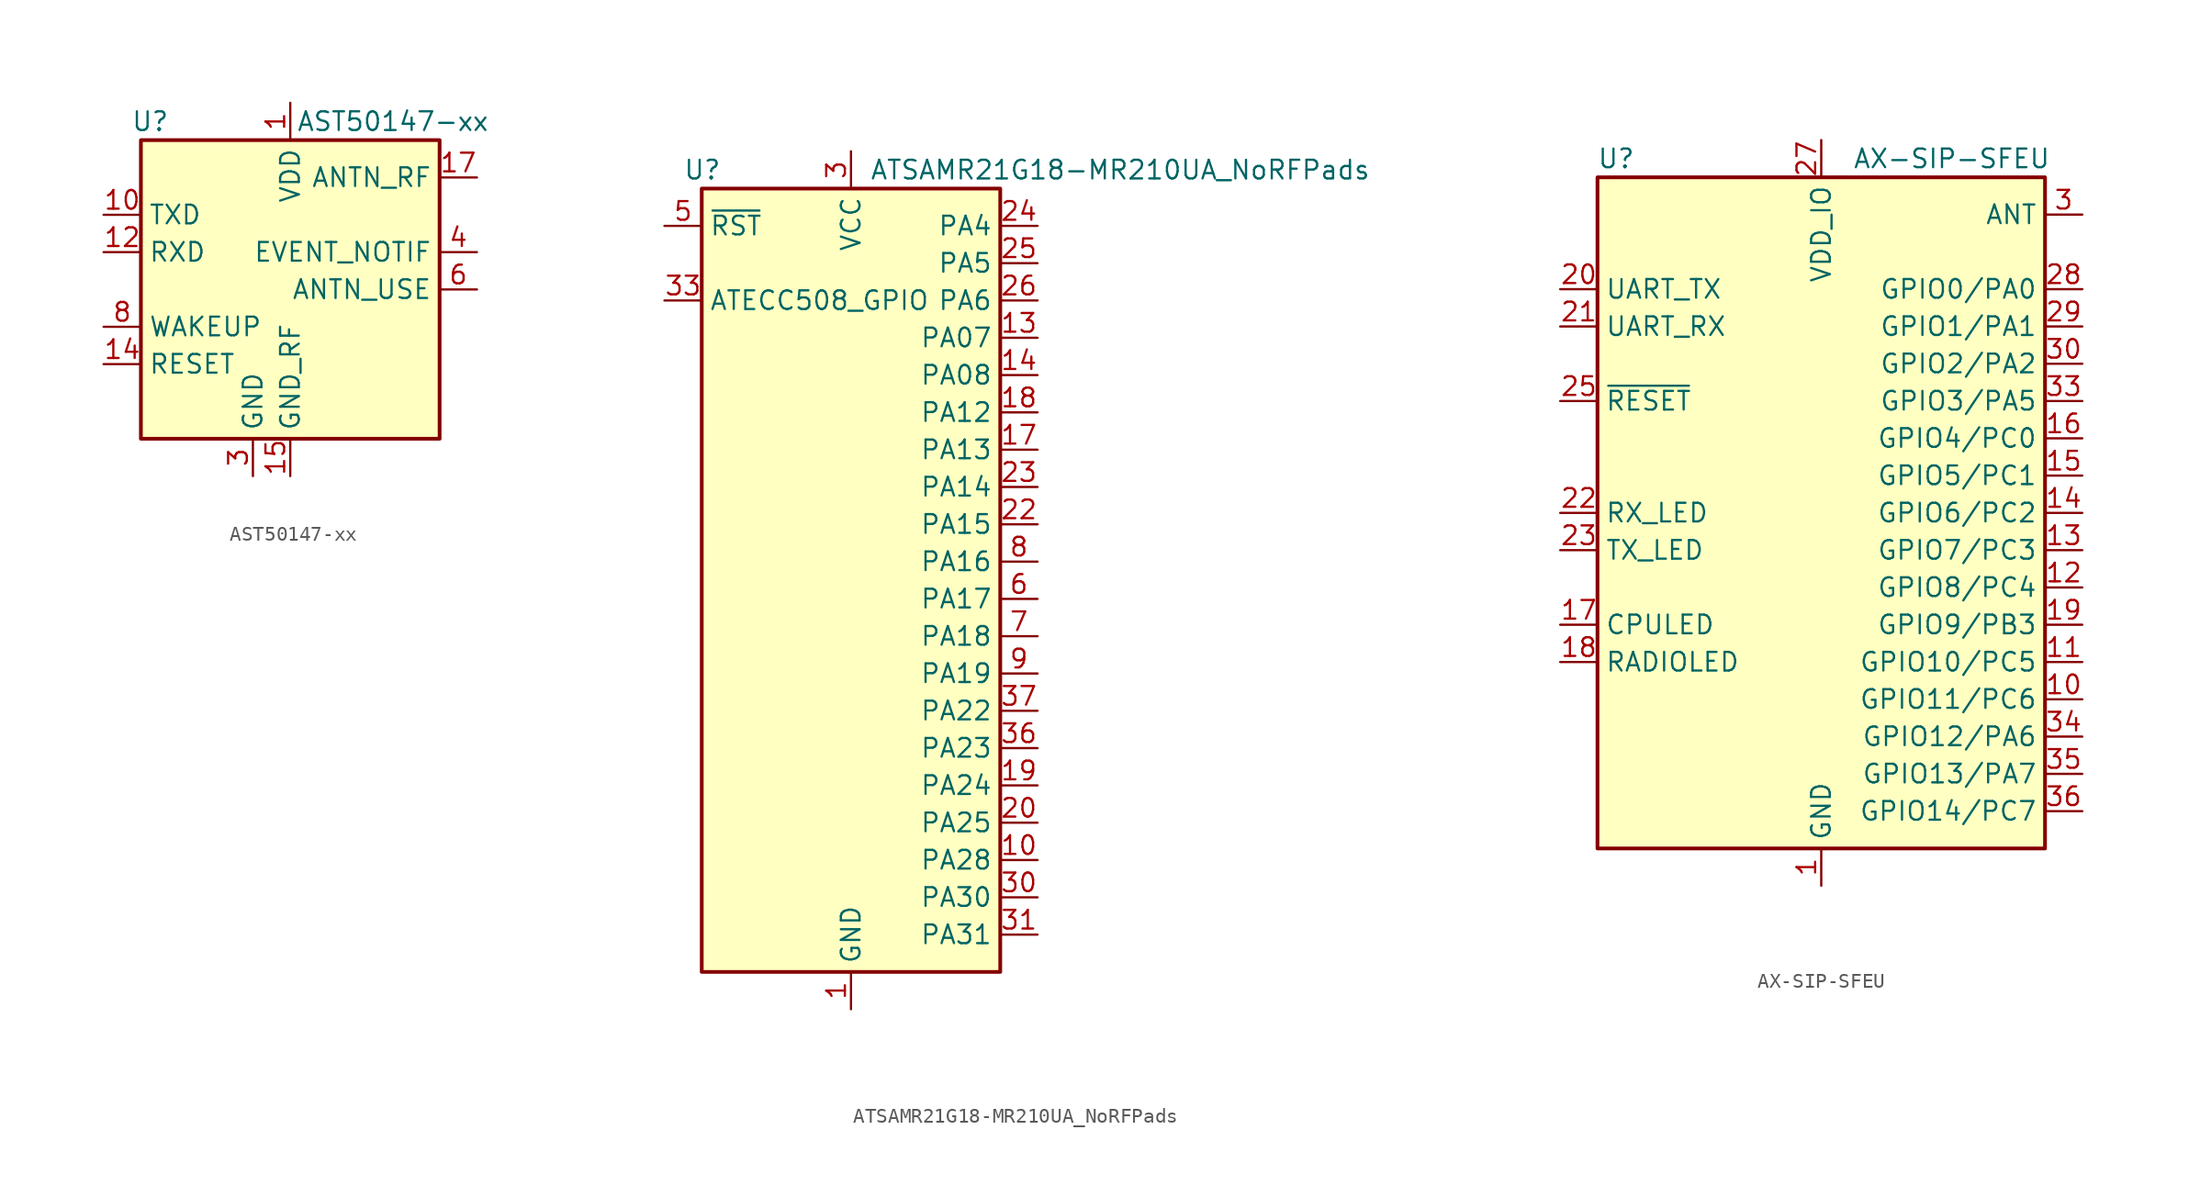
<source format=kicad_sym>
(kicad_symbol_lib
  (version 20231120)
  (generator "kicad_symbol_editor")
  (generator_version "8.0")
  (symbol "AST50147-xx"
    (property "Reference" "U"
      (at -9.525 11.43 0)
      (effects (font (size 1.27 1.27))))
    (property "Value" "AST50147-xx"
      (at 6.985 11.43 0)
      (effects (font (size 1.27 1.27))))
    (symbol "AST50147-xx_0_1"
      (rectangle (start -10.16 10.16) (end 10.16 -10.16) (stroke (width 0.254) (type default)) (fill (type background))))
    (symbol "AST50147-xx_1_1"
      (pin power_in line (at 0 12.7 270) (length 2.54) (name "VDD" (effects (font (size 1.27 1.27)))) (number "1" (effects (font (size 1.27 1.27)))))
      (pin output line (at -12.7 5.08 0) (length 2.54) (name "TXD" (effects (font (size 1.27 1.27)))) (number "10" (effects (font (size 1.27 1.27)))))
      (pin passive line (at -2.54 -12.7 90) (length 2.54) hide (name "GND" (effects (font (size 1.27 1.27)))) (number "11" (effects (font (size 1.27 1.27)))))
      (pin input line (at -12.7 2.54 0) (length 2.54) (name "RXD" (effects (font (size 1.27 1.27)))) (number "12" (effects (font (size 1.27 1.27)))))
      (pin passive line (at -2.54 -12.7 90) (length 2.54) hide (name "GND" (effects (font (size 1.27 1.27)))) (number "13" (effects (font (size 1.27 1.27)))))
      (pin input line (at -12.7 -5.08 0) (length 2.54) (name "RESET" (effects (font (size 1.27 1.27)))) (number "14" (effects (font (size 1.27 1.27)))))
      (pin power_in line (at 0 -12.7 90) (length 2.54) (name "GND_RF" (effects (font (size 1.27 1.27)))) (number "15" (effects (font (size 1.27 1.27)))))
      (pin passive line (at 0 -12.7 90) (length 2.54) hide (name "GND_RF" (effects (font (size 1.27 1.27)))) (number "16" (effects (font (size 1.27 1.27)))))
      (pin passive line (at 12.7 7.62 180) (length 2.54) (name "ANTN_RF" (effects (font (size 1.27 1.27)))) (number "17" (effects (font (size 1.27 1.27)))))
      (pin passive line (at 0 -12.7 90) (length 2.54) hide (name "GND_RF" (effects (font (size 1.27 1.27)))) (number "18" (effects (font (size 1.27 1.27)))))
      (pin passive line (at 0 -12.7 90) (length 2.54) hide (name "GND_RF" (effects (font (size 1.27 1.27)))) (number "19" (effects (font (size 1.27 1.27)))))
      (pin passive line (at 0 12.7 270) (length 2.54) hide (name "VDD" (effects (font (size 1.27 1.27)))) (number "2" (effects (font (size 1.27 1.27)))))
      (pin no_connect line (at -7.62 10.16 270) (length 2.54) hide (name "RSVD" (effects (font (size 1.27 1.27)))) (number "20" (effects (font (size 1.27 1.27)))))
      (pin no_connect line (at -5.08 10.16 270) (length 2.54) hide (name "RSVD" (effects (font (size 1.27 1.27)))) (number "21" (effects (font (size 1.27 1.27)))))
      (pin no_connect line (at -2.54 10.16 270) (length 2.54) hide (name "RSVD" (effects (font (size 1.27 1.27)))) (number "22" (effects (font (size 1.27 1.27)))))
      (pin passive line (at -2.54 -12.7 90) (length 2.54) hide (name "GND" (effects (font (size 1.27 1.27)))) (number "23" (effects (font (size 1.27 1.27)))))
      (pin no_connect line (at -10.16 0 0) (length 2.54) hide (name "N.C." (effects (font (size 1.27 1.27)))) (number "24" (effects (font (size 1.27 1.27)))))
      (pin passive line (at -2.54 -12.7 90) (length 2.54) hide (name "GND" (effects (font (size 1.27 1.27)))) (number "25" (effects (font (size 1.27 1.27)))))
      (pin no_connect line (at 2.54 -10.16 90) (length 2.54) hide (name "N.C." (effects (font (size 1.27 1.27)))) (number "26" (effects (font (size 1.27 1.27)))))
      (pin passive line (at -2.54 -12.7 90) (length 2.54) hide (name "GND" (effects (font (size 1.27 1.27)))) (number "27" (effects (font (size 1.27 1.27)))))
      (pin no_connect line (at 5.08 -10.16 90) (length 2.54) hide (name "N.C." (effects (font (size 1.27 1.27)))) (number "28" (effects (font (size 1.27 1.27)))))
      (pin passive line (at -2.54 -12.7 90) (length 2.54) hide (name "GND" (effects (font (size 1.27 1.27)))) (number "29" (effects (font (size 1.27 1.27)))))
      (pin power_in line (at -2.54 -12.7 90) (length 2.54) (name "GND" (effects (font (size 1.27 1.27)))) (number "3" (effects (font (size 1.27 1.27)))))
      (pin no_connect line (at 7.62 -10.16 90) (length 2.54) hide (name "N.C." (effects (font (size 1.27 1.27)))) (number "30" (effects (font (size 1.27 1.27)))))
      (pin passive line (at -2.54 -12.7 90) (length 2.54) hide (name "GND" (effects (font (size 1.27 1.27)))) (number "31" (effects (font (size 1.27 1.27)))))
      (pin no_connect line (at 7.62 10.16 270) (length 2.54) hide (name "N.C." (effects (font (size 1.27 1.27)))) (number "32" (effects (font (size 1.27 1.27)))))
      (pin passive line (at -2.54 -12.7 90) (length 2.54) hide (name "GND" (effects (font (size 1.27 1.27)))) (number "33" (effects (font (size 1.27 1.27)))))
      (pin no_connect line (at -10.16 -7.62 0) (length 2.54) hide (name "N.C." (effects (font (size 1.27 1.27)))) (number "34" (effects (font (size 1.27 1.27)))))
      (pin no_connect line (at 10.16 -2.54 180) (length 2.54) hide (name "N.C." (effects (font (size 1.27 1.27)))) (number "35" (effects (font (size 1.27 1.27)))))
      (pin passive line (at -2.54 -12.7 90) (length 2.54) hide (name "GND" (effects (font (size 1.27 1.27)))) (number "36" (effects (font (size 1.27 1.27)))))
      (pin no_connect line (at 2.54 10.16 270) (length 2.54) hide (name "RSVD" (effects (font (size 1.27 1.27)))) (number "37" (effects (font (size 1.27 1.27)))))
      (pin no_connect line (at 5.08 10.16 270) (length 2.54) hide (name "RSVD" (effects (font (size 1.27 1.27)))) (number "38" (effects (font (size 1.27 1.27)))))
      (pin output line (at 12.7 2.54 180) (length 2.54) (name "EVENT_NOTIF" (effects (font (size 1.27 1.27)))) (number "4" (effects (font (size 1.27 1.27)))))
      (pin passive line (at -2.54 -12.7 90) (length 2.54) hide (name "GND" (effects (font (size 1.27 1.27)))) (number "5" (effects (font (size 1.27 1.27)))))
      (pin output line (at 12.7 0 180) (length 2.54) (name "ANTN_USE" (effects (font (size 1.27 1.27)))) (number "6" (effects (font (size 1.27 1.27)))))
      (pin passive line (at -2.54 -12.7 90) (length 2.54) hide (name "GND" (effects (font (size 1.27 1.27)))) (number "7" (effects (font (size 1.27 1.27)))))
      (pin input line (at -12.7 -2.54 0) (length 2.54) (name "WAKEUP" (effects (font (size 1.27 1.27)))) (number "8" (effects (font (size 1.27 1.27)))))
      (pin passive line (at -2.54 -12.7 90) (length 2.54) hide (name "GND" (effects (font (size 1.27 1.27)))) (number "9" (effects (font (size 1.27 1.27)))))))
  (symbol "ATSAMR21G18-MR210UA_NoRFPads"
    (property "Reference" "U"
      (at -11.43 29.21 0)
      (effects (font (size 1.27 1.27)) (justify left)))
    (property "Value" "ATSAMR21G18-MR210UA_NoRFPads"
      (at 1.27 29.21 0)
      (effects (font (size 1.27 1.27)) (justify left)))
    (symbol "ATSAMR21G18-MR210UA_NoRFPads_1_1"
      (rectangle (start -10.16 27.94) (end 10.16 -25.4) (stroke (width 0.254) (type default)) (fill (type background)))
      (pin power_in line (at 0 -27.94 90) (length 2.54) (name "GND" (effects (font (size 1.27 1.27)))) (number "1" (effects (font (size 1.27 1.27)))))
      (pin bidirectional line (at 12.7 -17.78 180) (length 2.54) (name "PA28" (effects (font (size 1.27 1.27)))) (number "10" (effects (font (size 1.27 1.27)))))
      (pin no_connect line (at -10.16 15.24 0) (length 2.54) hide (name "NC" (effects (font (size 1.27 1.27)))) (number "11" (effects (font (size 1.27 1.27)))))
      (pin passive line (at 0 -27.94 90) (length 2.54) hide (name "GND" (effects (font (size 1.27 1.27)))) (number "12" (effects (font (size 1.27 1.27)))))
      (pin bidirectional line (at 12.7 17.78 180) (length 2.54) (name "PA07" (effects (font (size 1.27 1.27)))) (number "13" (effects (font (size 1.27 1.27)))))
      (pin bidirectional line (at 12.7 15.24 180) (length 2.54) (name "PA08" (effects (font (size 1.27 1.27)))) (number "14" (effects (font (size 1.27 1.27)))))
      (pin no_connect line (at -10.16 12.7 0) (length 2.54) hide (name "NC" (effects (font (size 1.27 1.27)))) (number "15" (effects (font (size 1.27 1.27)))))
      (pin no_connect line (at -10.16 10.16 0) (length 2.54) hide (name "NC" (effects (font (size 1.27 1.27)))) (number "16" (effects (font (size 1.27 1.27)))))
      (pin bidirectional line (at 12.7 10.16 180) (length 2.54) (name "PA13" (effects (font (size 1.27 1.27)))) (number "17" (effects (font (size 1.27 1.27)))))
      (pin bidirectional line (at 12.7 12.7 180) (length 2.54) (name "PA12" (effects (font (size 1.27 1.27)))) (number "18" (effects (font (size 1.27 1.27)))))
      (pin bidirectional line (at 12.7 -12.7 180) (length 2.54) (name "PA24" (effects (font (size 1.27 1.27)))) (number "19" (effects (font (size 1.27 1.27)))))
      (pin passive line (at 0 -27.94 90) (length 2.54) hide (name "GND" (effects (font (size 1.27 1.27)))) (number "2" (effects (font (size 1.27 1.27)))))
      (pin bidirectional line (at 12.7 -15.24 180) (length 2.54) (name "PA25" (effects (font (size 1.27 1.27)))) (number "20" (effects (font (size 1.27 1.27)))))
      (pin no_connect line (at -10.16 7.62 0) (length 2.54) hide (name "NC" (effects (font (size 1.27 1.27)))) (number "21" (effects (font (size 1.27 1.27)))))
      (pin bidirectional line (at 12.7 5.08 180) (length 2.54) (name "PA15" (effects (font (size 1.27 1.27)))) (number "22" (effects (font (size 1.27 1.27)))))
      (pin bidirectional line (at 12.7 7.62 180) (length 2.54) (name "PA14" (effects (font (size 1.27 1.27)))) (number "23" (effects (font (size 1.27 1.27)))))
      (pin bidirectional line (at 12.7 25.4 180) (length 2.54) (name "PA4" (effects (font (size 1.27 1.27)))) (number "24" (effects (font (size 1.27 1.27)))))
      (pin bidirectional line (at 12.7 22.86 180) (length 2.54) (name "PA5" (effects (font (size 1.27 1.27)))) (number "25" (effects (font (size 1.27 1.27)))))
      (pin bidirectional line (at 12.7 20.32 180) (length 2.54) (name "PA6" (effects (font (size 1.27 1.27)))) (number "26" (effects (font (size 1.27 1.27)))))
      (pin no_connect line (at -10.16 5.08 0) (length 2.54) hide (name "NC" (effects (font (size 1.27 1.27)))) (number "27" (effects (font (size 1.27 1.27)))))
      (pin no_connect line (at -10.16 2.54 0) (length 2.54) hide (name "NC" (effects (font (size 1.27 1.27)))) (number "28" (effects (font (size 1.27 1.27)))))
      (pin passive line (at 0 -27.94 90) (length 2.54) hide (name "GND" (effects (font (size 1.27 1.27)))) (number "29" (effects (font (size 1.27 1.27)))))
      (pin power_in line (at 0 30.48 270) (length 2.54) (name "VCC" (effects (font (size 1.27 1.27)))) (number "3" (effects (font (size 1.27 1.27)))))
      (pin bidirectional line (at 12.7 -20.32 180) (length 2.54) (name "PA30" (effects (font (size 1.27 1.27)))) (number "30" (effects (font (size 1.27 1.27)))))
      (pin bidirectional line (at 12.7 -22.86 180) (length 2.54) (name "PA31" (effects (font (size 1.27 1.27)))) (number "31" (effects (font (size 1.27 1.27)))))
      (pin no_connect line (at -10.16 0 0) (length 2.54) hide (name "NC" (effects (font (size 1.27 1.27)))) (number "32" (effects (font (size 1.27 1.27)))))
      (pin bidirectional line (at -12.7 20.32 0) (length 2.54) (name "ATECC508_GPIO" (effects (font (size 1.27 1.27)))) (number "33" (effects (font (size 1.27 1.27)))))
      (pin no_connect line (at -10.16 -2.54 0) (length 2.54) hide (name "NC" (effects (font (size 1.27 1.27)))) (number "34" (effects (font (size 1.27 1.27)))))
      (pin no_connect line (at -10.16 -5.08 0) (length 2.54) hide (name "NC" (effects (font (size 1.27 1.27)))) (number "35" (effects (font (size 1.27 1.27)))))
      (pin bidirectional line (at 12.7 -10.16 180) (length 2.54) (name "PA23" (effects (font (size 1.27 1.27)))) (number "36" (effects (font (size 1.27 1.27)))))
      (pin bidirectional line (at 12.7 -7.62 180) (length 2.54) (name "PA22" (effects (font (size 1.27 1.27)))) (number "37" (effects (font (size 1.27 1.27)))))
      (pin no_connect line (at -10.16 -7.62 0) (length 2.54) hide (name "NC" (effects (font (size 1.27 1.27)))) (number "38" (effects (font (size 1.27 1.27)))))
      (pin no_connect line (at -10.16 -10.16 0) (length 2.54) hide (name "NC" (effects (font (size 1.27 1.27)))) (number "39" (effects (font (size 1.27 1.27)))))
      (pin passive line (at 0 30.48 270) (length 2.54) hide (name "VCC" (effects (font (size 1.27 1.27)))) (number "4" (effects (font (size 1.27 1.27)))))
      (pin no_connect line (at -10.16 -12.7 0) (length 2.54) hide (name "NC" (effects (font (size 1.27 1.27)))) (number "40" (effects (font (size 1.27 1.27)))))
      (pin passive line (at 0 -27.94 90) (length 2.54) hide (name "GND" (effects (font (size 1.27 1.27)))) (number "41" (effects (font (size 1.27 1.27)))))
      (pin passive line (at 0 -27.94 90) (length 2.54) hide (name "GND" (effects (font (size 1.27 1.27)))) (number "42" (effects (font (size 1.27 1.27)))))
      (pin input line (at -12.7 25.4 0) (length 2.54) (name "~{RST}" (effects (font (size 1.27 1.27)))) (number "5" (effects (font (size 1.27 1.27)))))
      (pin bidirectional line (at 12.7 0 180) (length 2.54) (name "PA17" (effects (font (size 1.27 1.27)))) (number "6" (effects (font (size 1.27 1.27)))))
      (pin bidirectional line (at 12.7 -2.54 180) (length 2.54) (name "PA18" (effects (font (size 1.27 1.27)))) (number "7" (effects (font (size 1.27 1.27)))))
      (pin bidirectional line (at 12.7 2.54 180) (length 2.54) (name "PA16" (effects (font (size 1.27 1.27)))) (number "8" (effects (font (size 1.27 1.27)))))
      (pin bidirectional line (at 12.7 -5.08 180) (length 2.54) (name "PA19" (effects (font (size 1.27 1.27)))) (number "9" (effects (font (size 1.27 1.27)))))))
  (symbol "AX-SIP-SFEU"
    (property "Reference" "U"
      (at -13.97 24.13 0)
      (effects (font (size 1.27 1.27))))
    (property "Value" "AX-SIP-SFEU"
      (at 8.89 24.13 0)
      (effects (font (size 1.27 1.27))))
    (symbol "AX-SIP-SFEU_0_1"
      (rectangle (start -15.24 22.86) (end 15.24 -22.86) (stroke (width 0.254) (type default)) (fill (type background))))
    (symbol "AX-SIP-SFEU_1_1"
      (pin power_in line (at 0 -25.4 90) (length 2.54) (name "GND" (effects (font (size 1.27 1.27)))) (number "1" (effects (font (size 1.27 1.27)))))
      (pin bidirectional line (at 17.78 -12.7 180) (length 2.54) (name "GPIO11/PC6" (effects (font (size 1.27 1.27)))) (number "10" (effects (font (size 1.27 1.27)))))
      (pin bidirectional line (at 17.78 -10.16 180) (length 2.54) (name "GPIO10/PC5" (effects (font (size 1.27 1.27)))) (number "11" (effects (font (size 1.27 1.27)))))
      (pin bidirectional line (at 17.78 -5.08 180) (length 2.54) (name "GPIO8/PC4" (effects (font (size 1.27 1.27)))) (number "12" (effects (font (size 1.27 1.27)))))
      (pin bidirectional line (at 17.78 -2.54 180) (length 2.54) (name "GPIO7/PC3" (effects (font (size 1.27 1.27)))) (number "13" (effects (font (size 1.27 1.27)))))
      (pin bidirectional line (at 17.78 0 180) (length 2.54) (name "GPIO6/PC2" (effects (font (size 1.27 1.27)))) (number "14" (effects (font (size 1.27 1.27)))))
      (pin bidirectional line (at 17.78 2.54 180) (length 2.54) (name "GPIO5/PC1" (effects (font (size 1.27 1.27)))) (number "15" (effects (font (size 1.27 1.27)))))
      (pin bidirectional line (at 17.78 5.08 180) (length 2.54) (name "GPIO4/PC0" (effects (font (size 1.27 1.27)))) (number "16" (effects (font (size 1.27 1.27)))))
      (pin output line (at -17.78 -7.62 0) (length 2.54) (name "CPULED" (effects (font (size 1.27 1.27)))) (number "17" (effects (font (size 1.27 1.27)))))
      (pin output line (at -17.78 -10.16 0) (length 2.54) (name "RADIOLED" (effects (font (size 1.27 1.27)))) (number "18" (effects (font (size 1.27 1.27)))))
      (pin bidirectional line (at 17.78 -7.62 180) (length 2.54) (name "GPIO9/PB3" (effects (font (size 1.27 1.27)))) (number "19" (effects (font (size 1.27 1.27)))))
      (pin passive line (at 0 -25.4 90) (length 2.54) hide (name "GND" (effects (font (size 1.27 1.27)))) (number "2" (effects (font (size 1.27 1.27)))))
      (pin output line (at -17.78 15.24 0) (length 2.54) (name "UART_TX" (effects (font (size 1.27 1.27)))) (number "20" (effects (font (size 1.27 1.27)))))
      (pin input line (at -17.78 12.7 0) (length 2.54) (name "UART_RX" (effects (font (size 1.27 1.27)))) (number "21" (effects (font (size 1.27 1.27)))))
      (pin output line (at -17.78 0 0) (length 2.54) (name "RX_LED" (effects (font (size 1.27 1.27)))) (number "22" (effects (font (size 1.27 1.27)))))
      (pin output line (at -17.78 -2.54 0) (length 2.54) (name "TX_LED" (effects (font (size 1.27 1.27)))) (number "23" (effects (font (size 1.27 1.27)))))
      (pin no_connect line (at -15.24 2.54 0) (length 2.54) hide (name "NC24" (effects (font (size 1.27 1.27)))) (number "24" (effects (font (size 1.27 1.27)))))
      (pin input line (at -17.78 7.62 0) (length 2.54) (name "~{RESET}" (effects (font (size 1.27 1.27)))) (number "25" (effects (font (size 1.27 1.27)))))
      (pin passive line (at 0 -25.4 90) (length 2.54) hide (name "GND" (effects (font (size 1.27 1.27)))) (number "26" (effects (font (size 1.27 1.27)))))
      (pin power_in line (at 0 25.4 270) (length 2.54) (name "VDD_IO" (effects (font (size 1.27 1.27)))) (number "27" (effects (font (size 1.27 1.27)))))
      (pin bidirectional line (at 17.78 15.24 180) (length 2.54) (name "GPIO0/PA0" (effects (font (size 1.27 1.27)))) (number "28" (effects (font (size 1.27 1.27)))))
      (pin bidirectional line (at 17.78 12.7 180) (length 2.54) (name "GPIO1/PA1" (effects (font (size 1.27 1.27)))) (number "29" (effects (font (size 1.27 1.27)))))
      (pin passive line (at 17.78 20.32 180) (length 2.54) (name "ANT" (effects (font (size 1.27 1.27)))) (number "3" (effects (font (size 1.27 1.27)))))
      (pin bidirectional line (at 17.78 10.16 180) (length 2.54) (name "GPIO2/PA2" (effects (font (size 1.27 1.27)))) (number "30" (effects (font (size 1.27 1.27)))))
      (pin no_connect line (at 2.54 22.86 270) (length 2.54) hide (name "NC" (effects (font (size 1.27 1.27)))) (number "31" (effects (font (size 1.27 1.27)))))
      (pin no_connect line (at 5.08 22.86 270) (length 2.54) hide (name "NC" (effects (font (size 1.27 1.27)))) (number "32" (effects (font (size 1.27 1.27)))))
      (pin bidirectional line (at 17.78 7.62 180) (length 2.54) (name "GPIO3/PA5" (effects (font (size 1.27 1.27)))) (number "33" (effects (font (size 1.27 1.27)))))
      (pin bidirectional line (at 17.78 -15.24 180) (length 2.54) (name "GPIO12/PA6" (effects (font (size 1.27 1.27)))) (number "34" (effects (font (size 1.27 1.27)))))
      (pin bidirectional line (at 17.78 -17.78 180) (length 2.54) (name "GPIO13/PA7" (effects (font (size 1.27 1.27)))) (number "35" (effects (font (size 1.27 1.27)))))
      (pin bidirectional line (at 17.78 -20.32 180) (length 2.54) (name "GPIO14/PC7" (effects (font (size 1.27 1.27)))) (number "36" (effects (font (size 1.27 1.27)))))
      (pin no_connect line (at 7.62 22.86 270) (length 2.54) hide (name "NC" (effects (font (size 1.27 1.27)))) (number "37" (effects (font (size 1.27 1.27)))))
      (pin no_connect line (at 10.16 22.86 270) (length 2.54) hide (name "NC" (effects (font (size 1.27 1.27)))) (number "38" (effects (font (size 1.27 1.27)))))
      (pin passive line (at 0 -25.4 90) (length 2.54) hide (name "GND" (effects (font (size 1.27 1.27)))) (number "39" (effects (font (size 1.27 1.27)))))
      (pin passive line (at 0 -25.4 90) (length 2.54) hide (name "GND" (effects (font (size 1.27 1.27)))) (number "4" (effects (font (size 1.27 1.27)))))
      (pin passive line (at 0 -25.4 90) (length 2.54) hide (name "GND" (effects (font (size 1.27 1.27)))) (number "40" (effects (font (size 1.27 1.27)))))
      (pin passive line (at 0 -25.4 90) (length 2.54) hide (name "GND" (effects (font (size 1.27 1.27)))) (number "41" (effects (font (size 1.27 1.27)))))
      (pin passive line (at 0 -25.4 90) (length 2.54) hide (name "GND" (effects (font (size 1.27 1.27)))) (number "42" (effects (font (size 1.27 1.27)))))
      (pin passive line (at 0 -25.4 90) (length 2.54) hide (name "GND" (effects (font (size 1.27 1.27)))) (number "43" (effects (font (size 1.27 1.27)))))
      (pin passive line (at 0 -25.4 90) (length 2.54) hide (name "GND" (effects (font (size 1.27 1.27)))) (number "44" (effects (font (size 1.27 1.27)))))
      (pin no_connect line (at -10.16 22.86 270) (length 2.54) hide (name "NC" (effects (font (size 1.27 1.27)))) (number "5" (effects (font (size 1.27 1.27)))))
      (pin passive line (at 0 -25.4 90) (length 2.54) hide (name "GND" (effects (font (size 1.27 1.27)))) (number "6" (effects (font (size 1.27 1.27)))))
      (pin no_connect line (at -7.62 22.86 270) (length 2.54) hide (name "NC" (effects (font (size 1.27 1.27)))) (number "7" (effects (font (size 1.27 1.27)))))
      (pin no_connect line (at -5.08 22.86 270) (length 2.54) hide (name "NC" (effects (font (size 1.27 1.27)))) (number "8" (effects (font (size 1.27 1.27)))))
      (pin no_connect line (at -2.54 22.86 270) (length 2.54) hide (name "NC" (effects (font (size 1.27 1.27)))) (number "9" (effects (font (size 1.27 1.27))))))))
</source>
